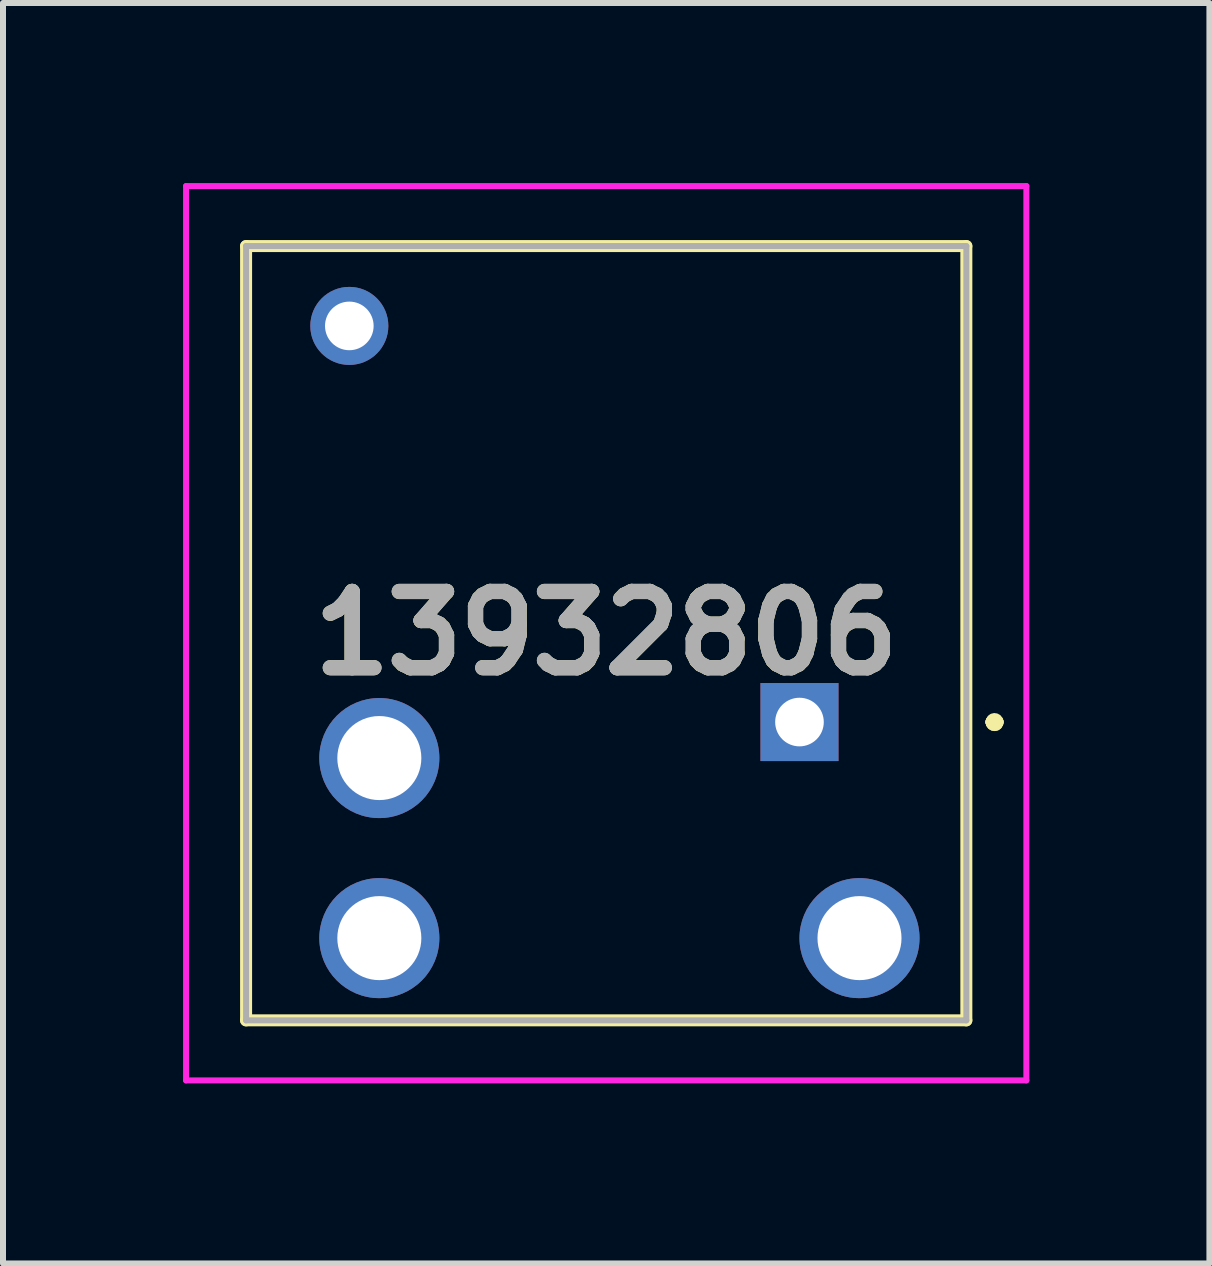
<source format=kicad_pcb>
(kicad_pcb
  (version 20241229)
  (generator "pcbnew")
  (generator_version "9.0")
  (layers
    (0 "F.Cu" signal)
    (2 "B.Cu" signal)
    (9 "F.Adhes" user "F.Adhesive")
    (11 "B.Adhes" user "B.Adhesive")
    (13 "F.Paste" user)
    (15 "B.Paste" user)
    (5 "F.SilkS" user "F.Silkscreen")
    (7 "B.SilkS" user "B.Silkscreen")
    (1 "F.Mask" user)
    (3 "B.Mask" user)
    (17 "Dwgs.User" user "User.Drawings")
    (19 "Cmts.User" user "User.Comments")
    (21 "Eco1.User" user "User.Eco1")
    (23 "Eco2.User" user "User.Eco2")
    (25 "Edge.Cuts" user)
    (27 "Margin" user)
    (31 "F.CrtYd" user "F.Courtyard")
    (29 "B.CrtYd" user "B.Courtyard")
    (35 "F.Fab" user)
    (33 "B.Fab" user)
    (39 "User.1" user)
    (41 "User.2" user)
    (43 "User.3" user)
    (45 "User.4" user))
  (footprint "13932806"
    (layer "F.Cu")
    (at 10.27 8.98)
    (property "Reference" "13932806" (at -3.22 -1.48 0) (layer "F.SilkS") (effects (font (size 1.27 1.27) (thickness 0.254))))
    (attr through_hole)
    (fp_line (start -9.22 -7.93) (end -9.22 4.97) (stroke (width 0.2) (type solid)) (layer "F.SilkS"))
    (fp_line (start -9.22 4.97) (end 2.78 4.97) (stroke (width 0.2) (type solid)) (layer "F.SilkS"))
    (fp_line (start 2.78 -7.93) (end -9.22 -7.93) (stroke (width 0.2) (type solid)) (layer "F.SilkS"))
    (fp_line (start 2.78 4.97) (end 2.78 -7.93) (stroke (width 0.2) (type solid)) (layer "F.SilkS"))
    (fp_line (start 3.2 0) (end 3.2 0) (stroke (width 0.2) (type solid)) (layer "F.SilkS"))
    (fp_line (start 3.2 0) (end 3.2 0) (stroke (width 0.2) (type solid)) (layer "F.SilkS"))
    (fp_line (start 3.3 0) (end 3.3 0) (stroke (width 0.2) (type solid)) (layer "F.SilkS"))
    (fp_arc (start 3.2 0) (mid 3.25 -0.05) (end 3.3 0) (stroke (width 0.2) (type solid)) (layer "F.SilkS"))
    (fp_arc (start 3.3 0) (mid 3.25 0.05) (end 3.2 0) (stroke (width 0.2) (type solid)) (layer "F.SilkS"))
    (fp_arc (start 3.3 0) (mid 3.25 0.05) (end 3.2 0) (stroke (width 0.2) (type solid)) (layer "F.SilkS"))
    (fp_line (start -10.22 -8.93) (end -10.22 5.97) (stroke (width 0.1) (type solid)) (layer "F.CrtYd"))
    (fp_line (start -10.22 5.97) (end 3.78 5.97) (stroke (width 0.1) (type solid)) (layer "F.CrtYd"))
    (fp_line (start 3.78 -8.93) (end -10.22 -8.93) (stroke (width 0.1) (type solid)) (layer "F.CrtYd"))
    (fp_line (start 3.78 5.97) (end 3.78 -8.93) (stroke (width 0.1) (type solid)) (layer "F.CrtYd"))
    (fp_line (start -9.22 -7.93) (end 2.78 -7.93) (stroke (width 0.1) (type solid)) (layer "F.Fab"))
    (fp_line (start -9.22 4.97) (end -9.22 -7.93) (stroke (width 0.1) (type solid)) (layer "F.Fab"))
    (fp_line (start 2.78 -7.93) (end 2.78 4.97) (stroke (width 0.1) (type solid)) (layer "F.Fab"))
    (fp_line (start 2.78 4.97) (end -9.22 4.97) (stroke (width 0.1) (type solid)) (layer "F.Fab"))
    (fp_text user "${REFERENCE}" (at -3.22 -1.48 0) (layer "F.Fab") (effects (font (size 1.27 1.27) (thickness 0.254))))
    (pad "1" thru_hole rect (at 0 0) (size 1.3 1.3) (drill 0.81) (layers "*.Cu" "*.Mask"))
    (pad "2" thru_hole circle (at -7.5 -6.6) (size 1.3 1.3) (drill 0.81) (layers "*.Cu" "*.Mask"))
    (pad "3" thru_hole circle (at -7 3.6) (size 2 2) (drill 1.4) (layers "*.Cu" "*.Mask"))
    (pad "4" thru_hole circle (at 1 3.6) (size 2 2) (drill 1.4) (layers "*.Cu" "*.Mask"))
    (pad "5" thru_hole circle (at -7 0.6) (size 2 2) (drill 1.4) (layers "*.Cu" "*.Mask")))
  (gr_rect
    (start -3 -3)
    (end 17.1 18)
    (stroke (width 0.1) (type default))
    (fill no)
    (layer "Edge.Cuts")))
</source>
